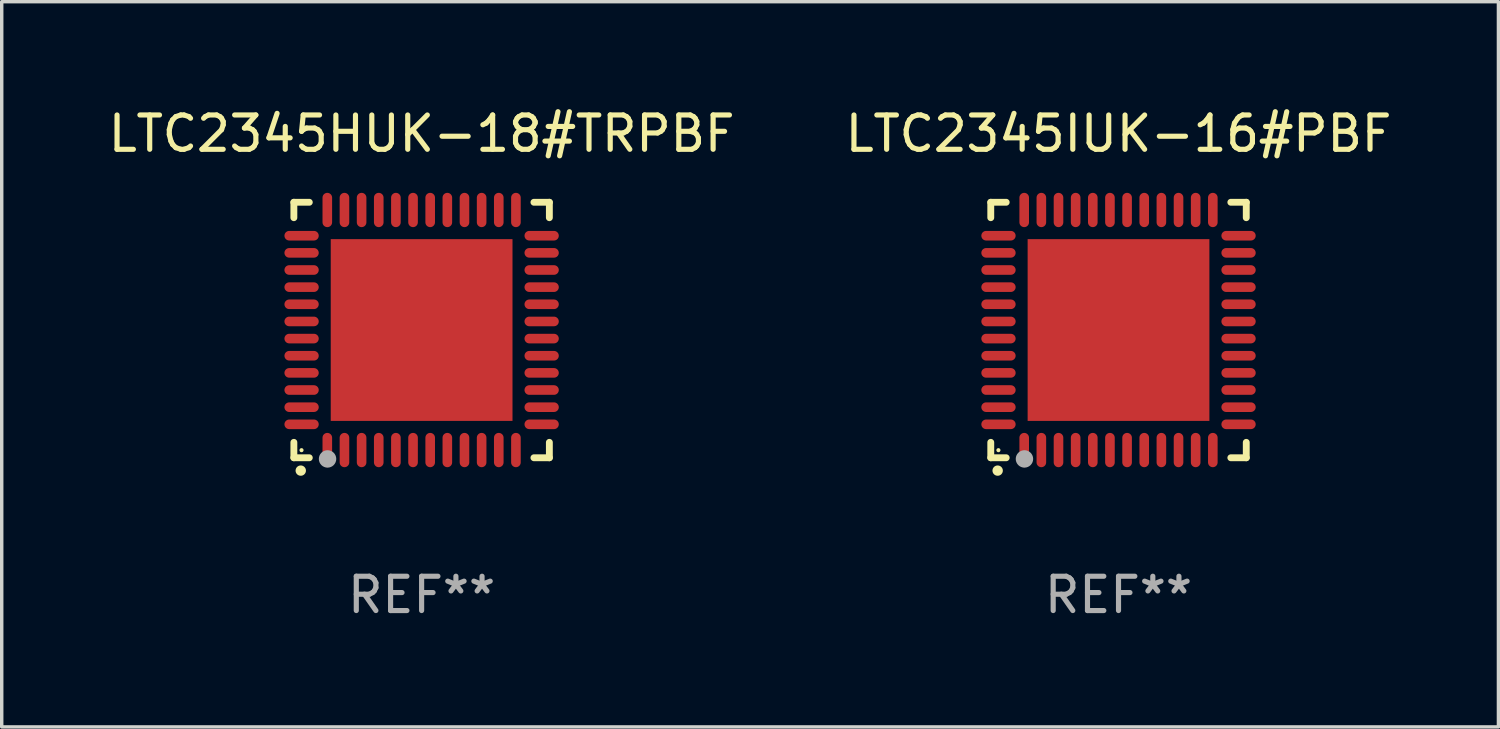
<source format=kicad_pcb>
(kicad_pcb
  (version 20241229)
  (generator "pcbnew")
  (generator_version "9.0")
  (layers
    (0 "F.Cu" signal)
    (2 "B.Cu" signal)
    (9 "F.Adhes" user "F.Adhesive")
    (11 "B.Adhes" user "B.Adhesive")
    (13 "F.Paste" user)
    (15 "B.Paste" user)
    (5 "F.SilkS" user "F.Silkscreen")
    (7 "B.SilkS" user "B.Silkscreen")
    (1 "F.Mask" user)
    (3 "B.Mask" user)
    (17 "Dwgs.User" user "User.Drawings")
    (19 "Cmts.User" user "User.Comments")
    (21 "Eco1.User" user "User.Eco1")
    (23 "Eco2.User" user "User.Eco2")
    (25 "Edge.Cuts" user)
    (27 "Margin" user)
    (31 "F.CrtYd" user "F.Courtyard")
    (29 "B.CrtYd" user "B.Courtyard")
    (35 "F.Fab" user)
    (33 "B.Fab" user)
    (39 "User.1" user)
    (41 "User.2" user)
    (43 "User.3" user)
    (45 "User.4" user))
  (footprint "LTC2345IUK-16#PBF"
    (layer "F.Cu")
    (at 29.565 6.573)
    (property "Reference" "LTC2345IUK-16#PBF" (at 0 -5.725 0) (layer "F.SilkS") (effects (font (size 1 1) (thickness 0.15))))
    (attr through_hole)
    (fp_line (start -3.725 -3.725) (end -3.275 -3.725) (stroke (width 0.2) (type solid)) (layer "F.SilkS"))
    (fp_line (start -3.725 -3.275) (end -3.725 -3.725) (stroke (width 0.2) (type solid)) (layer "F.SilkS"))
    (fp_line (start -3.725 3.725) (end -3.725 3.275) (stroke (width 0.2) (type solid)) (layer "F.SilkS"))
    (fp_line (start -3.275 3.725) (end -3.725 3.725) (stroke (width 0.2) (type solid)) (layer "F.SilkS"))
    (fp_line (start 3.275 3.725) (end 3.725 3.725) (stroke (width 0.2) (type solid)) (layer "F.SilkS"))
    (fp_line (start 3.725 -3.725) (end 3.275 -3.725) (stroke (width 0.2) (type solid)) (layer "F.SilkS"))
    (fp_line (start 3.725 -3.275) (end 3.725 -3.725) (stroke (width 0.2) (type solid)) (layer "F.SilkS"))
    (fp_line (start 3.725 3.725) (end 3.725 3.275) (stroke (width 0.2) (type solid)) (layer "F.SilkS"))
    (fp_arc (start -3.525527 4.099568) (mid -3.524257 4.099563) (end -3.522987 4.099568) (stroke (width 0.3) (type solid)) (layer "F.SilkS"))
    (fp_circle (center -3.502 3.504) (end -3.472 3.504) (stroke (width 0.06) (type solid)) (fill no) (layer "F.SilkS"))
    (fp_circle (center -2.743 3.759) (end -2.616 3.759) (stroke (width 0.254) (type solid)) (fill no) (layer "F.Fab"))
    (fp_text user "REF**" (at 0 7.725 0) (layer "F.Fab") (effects (font (size 1 1) (thickness 0.15))))
    (pad "1" smd oval (at -2.75 3.5) (size 0.28 1) (layers "F.Cu" "F.Mask" "F.Paste"))
    (pad "2" smd oval (at -2.25 3.5) (size 0.28 1) (layers "F.Cu" "F.Mask" "F.Paste"))
    (pad "3" smd oval (at -1.75 3.5) (size 0.28 1) (layers "F.Cu" "F.Mask" "F.Paste"))
    (pad "4" smd oval (at -1.25 3.5) (size 0.28 1) (layers "F.Cu" "F.Mask" "F.Paste"))
    (pad "5" smd oval (at -0.75 3.5) (size 0.28 1) (layers "F.Cu" "F.Mask" "F.Paste"))
    (pad "6" smd oval (at -0.25 3.5) (size 0.28 1) (layers "F.Cu" "F.Mask" "F.Paste"))
    (pad "7" smd oval (at 0.25 3.5) (size 0.28 1) (layers "F.Cu" "F.Mask" "F.Paste"))
    (pad "8" smd oval (at 0.75 3.5) (size 0.28 1) (layers "F.Cu" "F.Mask" "F.Paste"))
    (pad "9" smd oval (at 1.25 3.5) (size 0.28 1) (layers "F.Cu" "F.Mask" "F.Paste"))
    (pad "10" smd oval (at 1.75 3.5) (size 0.28 1) (layers "F.Cu" "F.Mask" "F.Paste"))
    (pad "11" smd oval (at 2.25 3.5) (size 0.28 1) (layers "F.Cu" "F.Mask" "F.Paste"))
    (pad "12" smd oval (at 2.75 3.5) (size 0.28 1) (layers "F.Cu" "F.Mask" "F.Paste"))
    (pad "13" smd oval (at 3.5 2.75) (size 1 0.28) (layers "F.Cu" "F.Mask" "F.Paste"))
    (pad "14" smd oval (at 3.5 2.25) (size 1 0.28) (layers "F.Cu" "F.Mask" "F.Paste"))
    (pad "15" smd oval (at 3.5 1.75) (size 1 0.28) (layers "F.Cu" "F.Mask" "F.Paste"))
    (pad "16" smd oval (at 3.5 1.25) (size 1 0.28) (layers "F.Cu" "F.Mask" "F.Paste"))
    (pad "17" smd oval (at 3.5 0.75) (size 1 0.28) (layers "F.Cu" "F.Mask" "F.Paste"))
    (pad "18" smd oval (at 3.5 0.25) (size 1 0.28) (layers "F.Cu" "F.Mask" "F.Paste"))
    (pad "19" smd oval (at 3.5 -0.25) (size 1 0.28) (layers "F.Cu" "F.Mask" "F.Paste"))
    (pad "20" smd oval (at 3.5 -0.75) (size 1 0.28) (layers "F.Cu" "F.Mask" "F.Paste"))
    (pad "21" smd oval (at 3.5 -1.25) (size 1 0.28) (layers "F.Cu" "F.Mask" "F.Paste"))
    (pad "22" smd oval (at 3.5 -1.75) (size 1 0.28) (layers "F.Cu" "F.Mask" "F.Paste"))
    (pad "23" smd oval (at 3.5 -2.25) (size 1 0.28) (layers "F.Cu" "F.Mask" "F.Paste"))
    (pad "24" smd oval (at 3.5 -2.75) (size 1 0.28) (layers "F.Cu" "F.Mask" "F.Paste"))
    (pad "25" smd oval (at 2.75 -3.5) (size 0.28 1) (layers "F.Cu" "F.Mask" "F.Paste"))
    (pad "26" smd oval (at 2.25 -3.5) (size 0.28 1) (layers "F.Cu" "F.Mask" "F.Paste"))
    (pad "27" smd oval (at 1.75 -3.5) (size 0.28 1) (layers "F.Cu" "F.Mask" "F.Paste"))
    (pad "28" smd oval (at 1.25 -3.5) (size 0.28 1) (layers "F.Cu" "F.Mask" "F.Paste"))
    (pad "29" smd oval (at 0.75 -3.5) (size 0.28 1) (layers "F.Cu" "F.Mask" "F.Paste"))
    (pad "30" smd oval (at 0.25 -3.5) (size 0.28 1) (layers "F.Cu" "F.Mask" "F.Paste"))
    (pad "31" smd oval (at -0.25 -3.5) (size 0.28 1) (layers "F.Cu" "F.Mask" "F.Paste"))
    (pad "32" smd oval (at -0.75 -3.5) (size 0.28 1) (layers "F.Cu" "F.Mask" "F.Paste"))
    (pad "33" smd oval (at -1.25 -3.5) (size 0.28 1) (layers "F.Cu" "F.Mask" "F.Paste"))
    (pad "34" smd oval (at -1.75 -3.5) (size 0.28 1) (layers "F.Cu" "F.Mask" "F.Paste"))
    (pad "35" smd oval (at -2.25 -3.5) (size 0.28 1) (layers "F.Cu" "F.Mask" "F.Paste"))
    (pad "36" smd oval (at -2.75 -3.5) (size 0.28 1) (layers "F.Cu" "F.Mask" "F.Paste"))
    (pad "37" smd oval (at -3.5 -2.75) (size 1 0.28) (layers "F.Cu" "F.Mask" "F.Paste"))
    (pad "38" smd oval (at -3.5 -2.25) (size 1 0.28) (layers "F.Cu" "F.Mask" "F.Paste"))
    (pad "39" smd oval (at -3.5 -1.75) (size 1 0.28) (layers "F.Cu" "F.Mask" "F.Paste"))
    (pad "40" smd oval (at -3.5 -1.25) (size 1 0.28) (layers "F.Cu" "F.Mask" "F.Paste"))
    (pad "41" smd oval (at -3.5 -0.75) (size 1 0.28) (layers "F.Cu" "F.Mask" "F.Paste"))
    (pad "42" smd oval (at -3.5 -0.25) (size 1 0.28) (layers "F.Cu" "F.Mask" "F.Paste"))
    (pad "43" smd oval (at -3.5 0.25) (size 1 0.28) (layers "F.Cu" "F.Mask" "F.Paste"))
    (pad "44" smd oval (at -3.5 0.75) (size 1 0.28) (layers "F.Cu" "F.Mask" "F.Paste"))
    (pad "45" smd oval (at -3.5 1.25) (size 1 0.28) (layers "F.Cu" "F.Mask" "F.Paste"))
    (pad "46" smd oval (at -3.5 1.75) (size 1 0.28) (layers "F.Cu" "F.Mask" "F.Paste"))
    (pad "47" smd oval (at -3.5 2.25) (size 1 0.28) (layers "F.Cu" "F.Mask" "F.Paste"))
    (pad "48" smd oval (at -3.5 2.75) (size 1 0.28) (layers "F.Cu" "F.Mask" "F.Paste"))
    (pad "49" smd rect (at 0 0) (size 5.3 5.3) (layers "F.Cu" "F.Mask" "F.Paste")))
  (footprint "LTC2345HUK-18#TRPBF"
    (layer "F.Cu")
    (at 9.244 6.573)
    (property "Reference" "LTC2345HUK-18#TRPBF" (at 0 -5.725 0) (layer "F.SilkS") (effects (font (size 1 1) (thickness 0.15))))
    (attr through_hole)
    (fp_line (start -3.725 -3.725) (end -3.275 -3.725) (stroke (width 0.2) (type solid)) (layer "F.SilkS"))
    (fp_line (start -3.725 -3.275) (end -3.725 -3.725) (stroke (width 0.2) (type solid)) (layer "F.SilkS"))
    (fp_line (start -3.725 3.725) (end -3.725 3.275) (stroke (width 0.2) (type solid)) (layer "F.SilkS"))
    (fp_line (start -3.275 3.725) (end -3.725 3.725) (stroke (width 0.2) (type solid)) (layer "F.SilkS"))
    (fp_line (start 3.275 3.725) (end 3.725 3.725) (stroke (width 0.2) (type solid)) (layer "F.SilkS"))
    (fp_line (start 3.725 -3.725) (end 3.275 -3.725) (stroke (width 0.2) (type solid)) (layer "F.SilkS"))
    (fp_line (start 3.725 -3.275) (end 3.725 -3.725) (stroke (width 0.2) (type solid)) (layer "F.SilkS"))
    (fp_line (start 3.725 3.725) (end 3.725 3.275) (stroke (width 0.2) (type solid)) (layer "F.SilkS"))
    (fp_arc (start -3.525527 4.099568) (mid -3.524257 4.099563) (end -3.522987 4.099568) (stroke (width 0.3) (type solid)) (layer "F.SilkS"))
    (fp_circle (center -3.502 3.504) (end -3.472 3.504) (stroke (width 0.06) (type solid)) (fill no) (layer "F.SilkS"))
    (fp_circle (center -2.743 3.759) (end -2.616 3.759) (stroke (width 0.254) (type solid)) (fill no) (layer "F.Fab"))
    (fp_text user "REF**" (at 0 7.725 0) (layer "F.Fab") (effects (font (size 1 1) (thickness 0.15))))
    (pad "1" smd oval (at -2.75 3.5) (size 0.28 1) (layers "F.Cu" "F.Mask" "F.Paste"))
    (pad "2" smd oval (at -2.25 3.5) (size 0.28 1) (layers "F.Cu" "F.Mask" "F.Paste"))
    (pad "3" smd oval (at -1.75 3.5) (size 0.28 1) (layers "F.Cu" "F.Mask" "F.Paste"))
    (pad "4" smd oval (at -1.25 3.5) (size 0.28 1) (layers "F.Cu" "F.Mask" "F.Paste"))
    (pad "5" smd oval (at -0.75 3.5) (size 0.28 1) (layers "F.Cu" "F.Mask" "F.Paste"))
    (pad "6" smd oval (at -0.25 3.5) (size 0.28 1) (layers "F.Cu" "F.Mask" "F.Paste"))
    (pad "7" smd oval (at 0.25 3.5) (size 0.28 1) (layers "F.Cu" "F.Mask" "F.Paste"))
    (pad "8" smd oval (at 0.75 3.5) (size 0.28 1) (layers "F.Cu" "F.Mask" "F.Paste"))
    (pad "9" smd oval (at 1.25 3.5) (size 0.28 1) (layers "F.Cu" "F.Mask" "F.Paste"))
    (pad "10" smd oval (at 1.75 3.5) (size 0.28 1) (layers "F.Cu" "F.Mask" "F.Paste"))
    (pad "11" smd oval (at 2.25 3.5) (size 0.28 1) (layers "F.Cu" "F.Mask" "F.Paste"))
    (pad "12" smd oval (at 2.75 3.5) (size 0.28 1) (layers "F.Cu" "F.Mask" "F.Paste"))
    (pad "13" smd oval (at 3.5 2.75) (size 1 0.28) (layers "F.Cu" "F.Mask" "F.Paste"))
    (pad "14" smd oval (at 3.5 2.25) (size 1 0.28) (layers "F.Cu" "F.Mask" "F.Paste"))
    (pad "15" smd oval (at 3.5 1.75) (size 1 0.28) (layers "F.Cu" "F.Mask" "F.Paste"))
    (pad "16" smd oval (at 3.5 1.25) (size 1 0.28) (layers "F.Cu" "F.Mask" "F.Paste"))
    (pad "17" smd oval (at 3.5 0.75) (size 1 0.28) (layers "F.Cu" "F.Mask" "F.Paste"))
    (pad "18" smd oval (at 3.5 0.25) (size 1 0.28) (layers "F.Cu" "F.Mask" "F.Paste"))
    (pad "19" smd oval (at 3.5 -0.25) (size 1 0.28) (layers "F.Cu" "F.Mask" "F.Paste"))
    (pad "20" smd oval (at 3.5 -0.75) (size 1 0.28) (layers "F.Cu" "F.Mask" "F.Paste"))
    (pad "21" smd oval (at 3.5 -1.25) (size 1 0.28) (layers "F.Cu" "F.Mask" "F.Paste"))
    (pad "22" smd oval (at 3.5 -1.75) (size 1 0.28) (layers "F.Cu" "F.Mask" "F.Paste"))
    (pad "23" smd oval (at 3.5 -2.25) (size 1 0.28) (layers "F.Cu" "F.Mask" "F.Paste"))
    (pad "24" smd oval (at 3.5 -2.75) (size 1 0.28) (layers "F.Cu" "F.Mask" "F.Paste"))
    (pad "25" smd oval (at 2.75 -3.5) (size 0.28 1) (layers "F.Cu" "F.Mask" "F.Paste"))
    (pad "26" smd oval (at 2.25 -3.5) (size 0.28 1) (layers "F.Cu" "F.Mask" "F.Paste"))
    (pad "27" smd oval (at 1.75 -3.5) (size 0.28 1) (layers "F.Cu" "F.Mask" "F.Paste"))
    (pad "28" smd oval (at 1.25 -3.5) (size 0.28 1) (layers "F.Cu" "F.Mask" "F.Paste"))
    (pad "29" smd oval (at 0.75 -3.5) (size 0.28 1) (layers "F.Cu" "F.Mask" "F.Paste"))
    (pad "30" smd oval (at 0.25 -3.5) (size 0.28 1) (layers "F.Cu" "F.Mask" "F.Paste"))
    (pad "31" smd oval (at -0.25 -3.5) (size 0.28 1) (layers "F.Cu" "F.Mask" "F.Paste"))
    (pad "32" smd oval (at -0.75 -3.5) (size 0.28 1) (layers "F.Cu" "F.Mask" "F.Paste"))
    (pad "33" smd oval (at -1.25 -3.5) (size 0.28 1) (layers "F.Cu" "F.Mask" "F.Paste"))
    (pad "34" smd oval (at -1.75 -3.5) (size 0.28 1) (layers "F.Cu" "F.Mask" "F.Paste"))
    (pad "35" smd oval (at -2.25 -3.5) (size 0.28 1) (layers "F.Cu" "F.Mask" "F.Paste"))
    (pad "36" smd oval (at -2.75 -3.5) (size 0.28 1) (layers "F.Cu" "F.Mask" "F.Paste"))
    (pad "37" smd oval (at -3.5 -2.75) (size 1 0.28) (layers "F.Cu" "F.Mask" "F.Paste"))
    (pad "38" smd oval (at -3.5 -2.25) (size 1 0.28) (layers "F.Cu" "F.Mask" "F.Paste"))
    (pad "39" smd oval (at -3.5 -1.75) (size 1 0.28) (layers "F.Cu" "F.Mask" "F.Paste"))
    (pad "40" smd oval (at -3.5 -1.25) (size 1 0.28) (layers "F.Cu" "F.Mask" "F.Paste"))
    (pad "41" smd oval (at -3.5 -0.75) (size 1 0.28) (layers "F.Cu" "F.Mask" "F.Paste"))
    (pad "42" smd oval (at -3.5 -0.25) (size 1 0.28) (layers "F.Cu" "F.Mask" "F.Paste"))
    (pad "43" smd oval (at -3.5 0.25) (size 1 0.28) (layers "F.Cu" "F.Mask" "F.Paste"))
    (pad "44" smd oval (at -3.5 0.75) (size 1 0.28) (layers "F.Cu" "F.Mask" "F.Paste"))
    (pad "45" smd oval (at -3.5 1.25) (size 1 0.28) (layers "F.Cu" "F.Mask" "F.Paste"))
    (pad "46" smd oval (at -3.5 1.75) (size 1 0.28) (layers "F.Cu" "F.Mask" "F.Paste"))
    (pad "47" smd oval (at -3.5 2.25) (size 1 0.28) (layers "F.Cu" "F.Mask" "F.Paste"))
    (pad "48" smd oval (at -3.5 2.75) (size 1 0.28) (layers "F.Cu" "F.Mask" "F.Paste"))
    (pad "49" smd rect (at 0 0) (size 5.3 5.3) (layers "F.Cu" "F.Mask" "F.Paste")))
  (gr_rect
    (start -3 -3)
    (end 40.643 18.146)
    (stroke (width 0.1) (type default))
    (fill no)
    (layer "Edge.Cuts")))
</source>
